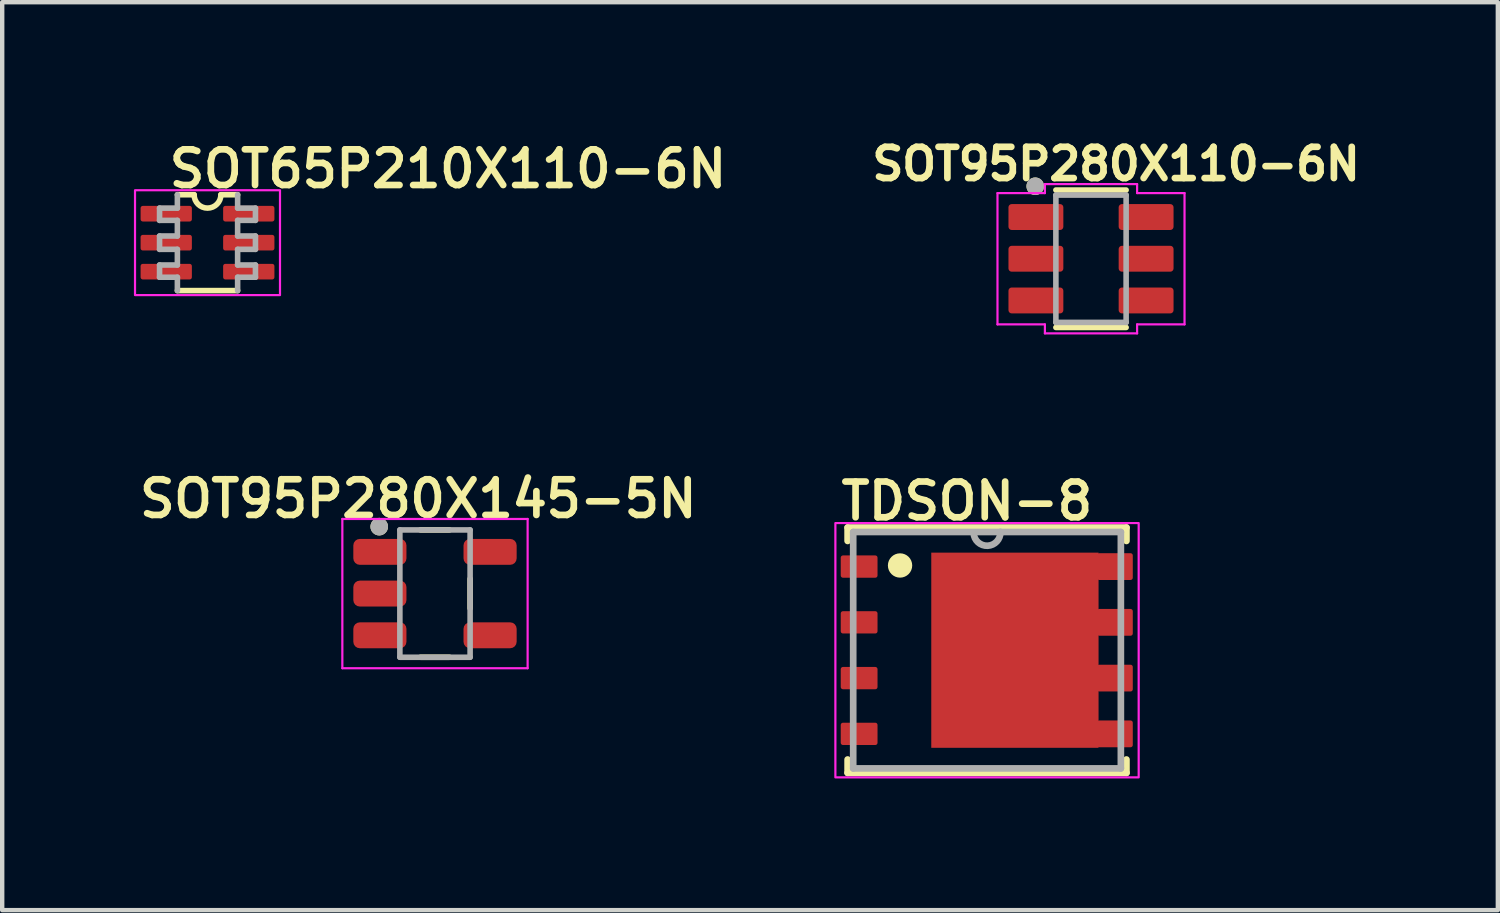
<source format=kicad_pcb>
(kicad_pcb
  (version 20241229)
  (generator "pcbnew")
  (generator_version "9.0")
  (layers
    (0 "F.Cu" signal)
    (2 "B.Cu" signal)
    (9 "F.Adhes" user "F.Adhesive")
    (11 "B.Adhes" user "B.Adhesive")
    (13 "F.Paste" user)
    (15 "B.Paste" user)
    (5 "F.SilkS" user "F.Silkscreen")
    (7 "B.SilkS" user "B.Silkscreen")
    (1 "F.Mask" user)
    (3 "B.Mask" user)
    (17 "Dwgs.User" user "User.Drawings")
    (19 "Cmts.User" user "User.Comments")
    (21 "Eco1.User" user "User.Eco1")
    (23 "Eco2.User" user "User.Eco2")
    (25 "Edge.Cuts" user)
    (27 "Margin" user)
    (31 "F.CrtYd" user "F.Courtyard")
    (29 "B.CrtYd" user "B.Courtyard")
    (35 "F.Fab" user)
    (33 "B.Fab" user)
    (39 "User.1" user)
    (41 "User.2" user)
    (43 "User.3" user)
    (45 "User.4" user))
  (footprint "SOT95P280X145-5N"
    (layer "F.Cu")
    (at 6.857 10.469)
    (property "Reference" "SOT95P280X145-5N" (at -0.381 -2.159 0) (layer "F.SilkS") (effects (font (size 0.813 0.813) (thickness 0.152) (bold yes))))
    (attr smd)
    (fp_line (start -0.33 -1.45) (end 0.33 -1.45) (stroke (width 0.127) (type solid)) (layer "F.SilkS"))
    (fp_line (start 0.33 1.45) (end -0.33 1.45) (stroke (width 0.127) (type solid)) (layer "F.SilkS"))
    (fp_line (start 0.8 -0.335) (end 0.8 0.335) (stroke (width 0.127) (type solid)) (layer "F.SilkS"))
    (fp_circle (center -1.27 -1.524) (end -1.17 -1.524) (stroke (width 0.2) (type solid)) (fill no) (layer "F.SilkS"))
    (fp_line (start -2.11 -1.7) (end 2.11 -1.7) (stroke (width 0.05) (type solid)) (layer "F.CrtYd"))
    (fp_line (start -2.11 1.7) (end -2.11 -1.7) (stroke (width 0.05) (type solid)) (layer "F.CrtYd"))
    (fp_line (start 2.11 -1.7) (end 2.11 1.7) (stroke (width 0.05) (type solid)) (layer "F.CrtYd"))
    (fp_line (start 2.11 1.7) (end -2.11 1.7) (stroke (width 0.05) (type solid)) (layer "F.CrtYd"))
    (fp_line (start -0.8 -1.45) (end 0.8 -1.45) (stroke (width 0.127) (type solid)) (layer "F.Fab"))
    (fp_line (start -0.8 1.45) (end -0.8 -1.45) (stroke (width 0.127) (type solid)) (layer "F.Fab"))
    (fp_line (start 0.8 -1.45) (end 0.8 1.45) (stroke (width 0.127) (type solid)) (layer "F.Fab"))
    (fp_line (start 0.8 1.45) (end -0.8 1.45) (stroke (width 0.127) (type solid)) (layer "F.Fab"))
    (fp_circle (center -1.27 -1.524) (end -1.17 -1.524) (stroke (width 0.2) (type solid)) (fill no) (layer "F.Fab"))
    (pad "1" smd roundrect (at -1.255 -0.95) (size 1.21 0.59) (layers "F.Cu" "F.Mask" "F.Paste") (roundrect_rratio 0.25))
    (pad "2" smd roundrect (at -1.255 0) (size 1.21 0.59) (layers "F.Cu" "F.Mask" "F.Paste") (roundrect_rratio 0.25))
    (pad "3" smd roundrect (at -1.255 0.95) (size 1.21 0.59) (layers "F.Cu" "F.Mask" "F.Paste") (roundrect_rratio 0.25))
    (pad "4" smd roundrect (at 1.255 0.95) (size 1.21 0.59) (layers "F.Cu" "F.Mask" "F.Paste") (roundrect_rratio 0.25))
    (pad "5" smd roundrect (at 1.255 -0.95) (size 1.21 0.59) (layers "F.Cu" "F.Mask" "F.Paste") (roundrect_rratio 0.25)))
  (footprint "TDSON-8"
    (layer "F.Cu")
    (at 19.43 11.759)
    (property "Reference" "TDSON-8" (at -3.404 -2.921 0) (layer "F.SilkS") (effects (font (size 0.813 0.813) (thickness 0.152) (bold yes)) (justify left bottom)))
    (attr smd)
    (fp_poly (pts (xy 3.332 -1.587) (xy 2.519 -1.587) (xy 2.519 -0.953) (xy 3.332 -0.953) (xy 3.332 -0.318) (xy 2.519 -0.318) (xy 2.519 0.318) (xy 3.332 0.318) (xy 3.332 0.953) (xy 2.519 0.953) (xy 2.519 1.587) (xy 3.332 1.587) (xy 3.332 2.223) (xy -1.266 2.223) (xy -1.266 -2.223) (xy 3.332 -2.223)) (stroke (width 0) (type default)) (fill yes) (layer "F.Mask"))
    (fp_line (start -3.175 -2.794) (end -3.175 -2.489) (stroke (width 0.152) (type solid)) (layer "F.SilkS"))
    (fp_line (start -3.175 2.489) (end -3.175 2.794) (stroke (width 0.152) (type solid)) (layer "F.SilkS"))
    (fp_line (start -3.175 2.794) (end 3.175 2.794) (stroke (width 0.152) (type solid)) (layer "F.SilkS"))
    (fp_line (start 3.175 -2.794) (end -3.175 -2.794) (stroke (width 0.152) (type solid)) (layer "F.SilkS"))
    (fp_line (start 3.175 -2.489) (end 3.175 -2.794) (stroke (width 0.152) (type solid)) (layer "F.SilkS"))
    (fp_line (start 3.175 2.794) (end 3.175 2.489) (stroke (width 0.152) (type solid)) (layer "F.SilkS"))
    (fp_circle (center -1.981 -1.93) (end -1.754 -1.93) (stroke (width 0.1) (type solid)) (fill yes) (layer "F.SilkS"))
    (fp_poly (pts (xy 3.332 -1.587) (xy 2.519 -1.587) (xy 2.519 -0.953) (xy 3.332 -0.953) (xy 3.332 -0.318) (xy 2.519 -0.318) (xy 2.519 0.318) (xy 3.332 0.318) (xy 3.332 0.953) (xy 2.519 0.953) (xy 2.519 1.587) (xy 3.332 1.587) (xy 3.332 2.223) (xy -1.266 2.223) (xy -1.266 -2.223) (xy 3.332 -2.223)) (stroke (width 0) (type default)) (fill yes) (layer "F.Paste"))
    (fp_rect (start -3.454 -2.896) (end 3.454 2.896) (stroke (width 0.05) (type solid)) (fill no) (layer "F.CrtYd"))
    (fp_line (start -3.048 -2.692) (end -3.048 2.692) (stroke (width 0.152) (type solid)) (layer "F.Fab"))
    (fp_line (start -3.048 2.692) (end 3.048 2.692) (stroke (width 0.152) (type solid)) (layer "F.Fab"))
    (fp_line (start 0.305 -2.692) (end -3.048 -2.692) (stroke (width 0.152) (type solid)) (layer "F.Fab"))
    (fp_line (start 3.048 -2.692) (end 0.305 -2.692) (stroke (width 0.152) (type solid)) (layer "F.Fab"))
    (fp_line (start 3.048 2.692) (end 3.048 -2.692) (stroke (width 0.152) (type solid)) (layer "F.Fab"))
    (fp_arc (start 0.3048 -2.6924) (mid 0.0127 -2.3749) (end -0.3048 -2.667) (stroke (width 0.1524) (type solid)) (layer "F.Fab"))
    (pad "1" smd roundrect (at -2.913 -1.905) (size 0.838 0.508) (layers "F.Cu" "F.Mask" "F.Paste") (roundrect_rratio 0.1))
    (pad "2" smd roundrect (at -2.913 -0.635) (size 0.838 0.508) (layers "F.Cu" "F.Mask" "F.Paste") (roundrect_rratio 0.1))
    (pad "3" smd roundrect (at -2.913 0.635) (size 0.838 0.508) (layers "F.Cu" "F.Mask" "F.Paste") (roundrect_rratio 0.1))
    (pad "4" smd roundrect (at -2.913 1.905) (size 0.838 0.508) (layers "F.Cu" "F.Mask" "F.Paste") (roundrect_rratio 0.1))
    (pad "5" smd roundrect (at 2.913 1.905 180) (size 0.813 0.61) (layers "F.Cu" "F.Mask" "F.Paste") (roundrect_rratio 0.083))
    (pad "6" smd roundrect (at 2.913 0.635 180) (size 0.813 0.61) (layers "F.Cu" "F.Mask" "F.Paste") (roundrect_rratio 0.083))
    (pad "7" smd roundrect (at 2.913 -0.635 180) (size 0.813 0.61) (layers "F.Cu" "F.Mask" "F.Paste") (roundrect_rratio 0.083))
    (pad "8" smd rect (at 0.635 0) (size 3.81 4.445) (layers "F.Cu" "F.Mask" "F.Paste"))
    (pad "8" smd roundrect (at 2.913 -1.905 180) (size 0.813 0.61) (layers "F.Cu" "F.Mask" "F.Paste") (roundrect_rratio 0.083)))
  (footprint "SOT95P280X110-6N"
    (layer "F.Cu")
    (at 21.798 2.843)
    (property "Reference" "SOT95P280X110-6N" (at 0.572 -2.159 0) (layer "F.SilkS") (effects (font (size 0.711 0.711) (thickness 0.152) (bold yes))))
    (attr smd)
    (fp_line (start -0.8 -1.565) (end 0.8 -1.565) (stroke (width 0.127) (type solid)) (layer "F.SilkS"))
    (fp_line (start -0.8 1.565) (end 0.8 1.565) (stroke (width 0.127) (type solid)) (layer "F.SilkS"))
    (fp_circle (center -1.27 -1.651) (end -1.17 -1.651) (stroke (width 0.2) (type solid)) (fill no) (layer "F.SilkS"))
    (fp_line (start -2.13 -1.495) (end -2.13 1.495) (stroke (width 0.05) (type solid)) (layer "F.CrtYd"))
    (fp_line (start -2.13 1.495) (end -1.05 1.495) (stroke (width 0.05) (type solid)) (layer "F.CrtYd"))
    (fp_line (start -1.05 -1.7) (end -1.05 -1.495) (stroke (width 0.05) (type solid)) (layer "F.CrtYd"))
    (fp_line (start -1.05 -1.495) (end -2.13 -1.495) (stroke (width 0.05) (type solid)) (layer "F.CrtYd"))
    (fp_line (start -1.05 1.495) (end -1.05 1.7) (stroke (width 0.05) (type solid)) (layer "F.CrtYd"))
    (fp_line (start -1.05 1.7) (end 1.05 1.7) (stroke (width 0.05) (type solid)) (layer "F.CrtYd"))
    (fp_line (start 1.05 -1.7) (end -1.05 -1.7) (stroke (width 0.05) (type solid)) (layer "F.CrtYd"))
    (fp_line (start 1.05 -1.495) (end 1.05 -1.7) (stroke (width 0.05) (type solid)) (layer "F.CrtYd"))
    (fp_line (start 1.05 1.495) (end 2.13 1.495) (stroke (width 0.05) (type solid)) (layer "F.CrtYd"))
    (fp_line (start 1.05 1.7) (end 1.05 1.495) (stroke (width 0.05) (type solid)) (layer "F.CrtYd"))
    (fp_line (start 2.13 -1.495) (end 1.05 -1.495) (stroke (width 0.05) (type solid)) (layer "F.CrtYd"))
    (fp_line (start 2.13 1.495) (end 2.13 -1.495) (stroke (width 0.05) (type solid)) (layer "F.CrtYd"))
    (fp_line (start -0.8 -1.45) (end -0.8 1.45) (stroke (width 0.127) (type solid)) (layer "F.Fab"))
    (fp_line (start -0.8 1.45) (end 0.8 1.45) (stroke (width 0.127) (type solid)) (layer "F.Fab"))
    (fp_line (start 0.8 -1.45) (end -0.8 -1.45) (stroke (width 0.127) (type solid)) (layer "F.Fab"))
    (fp_line (start 0.8 1.45) (end 0.8 -1.45) (stroke (width 0.127) (type solid)) (layer "F.Fab"))
    (fp_circle (center -1.27 -1.651) (end -1.17 -1.651) (stroke (width 0.2) (type solid)) (fill no) (layer "F.Fab"))
    (pad "1" smd roundrect (at -1.255 -0.95) (size 1.25 0.59) (layers "F.Cu" "F.Mask" "F.Paste") (roundrect_rratio 0.125))
    (pad "2" smd roundrect (at -1.255 0) (size 1.25 0.59) (layers "F.Cu" "F.Mask" "F.Paste") (roundrect_rratio 0.125))
    (pad "3" smd roundrect (at -1.255 0.95) (size 1.25 0.59) (layers "F.Cu" "F.Mask" "F.Paste") (roundrect_rratio 0.125))
    (pad "4" smd roundrect (at 1.255 0.95) (size 1.25 0.59) (layers "F.Cu" "F.Mask" "F.Paste") (roundrect_rratio 0.125))
    (pad "5" smd roundrect (at 1.255 0) (size 1.25 0.59) (layers "F.Cu" "F.Mask" "F.Paste") (roundrect_rratio 0.125))
    (pad "6" smd roundrect (at 1.255 -0.95) (size 1.25 0.59) (layers "F.Cu" "F.Mask" "F.Paste") (roundrect_rratio 0.125)))
  (footprint "SOT65P210X110-6N"
    (layer "F.Cu")
    (at 1.676 2.477)
    (property "Reference" "SOT65P210X110-6N" (at -0.953 -1.206 0) (layer "F.SilkS") (effects (font (size 0.813 0.813) (thickness 0.152) (bold yes)) (justify left bottom)))
    (attr smd)
    (fp_line (start -0.686 1.092) (end 0.686 1.092) (stroke (width 0.127) (type solid)) (layer "F.SilkS"))
    (fp_line (start -0.305 -1.092) (end -0.686 -1.092) (stroke (width 0.127) (type solid)) (layer "F.SilkS"))
    (fp_line (start 0.686 -1.092) (end 0.305 -1.092) (stroke (width 0.127) (type solid)) (layer "F.SilkS"))
    (fp_arc (start 0.3048 -1.0922) (mid 0 -0.7874) (end -0.3048 -1.0922) (stroke (width 0.127) (type solid)) (layer "F.SilkS"))
    (fp_rect (start -1.651 -1.194) (end 1.651 1.194) (stroke (width 0.05) (type solid)) (fill no) (layer "F.CrtYd"))
    (fp_line (start -1.092 -0.787) (end -1.092 -0.508) (stroke (width 0.127) (type solid)) (layer "F.Fab"))
    (fp_line (start -1.092 -0.508) (end -0.686 -0.508) (stroke (width 0.127) (type solid)) (layer "F.Fab"))
    (fp_line (start -1.092 -0.152) (end -1.092 0.152) (stroke (width 0.127) (type solid)) (layer "F.Fab"))
    (fp_line (start -1.092 0.152) (end -0.686 0.152) (stroke (width 0.127) (type solid)) (layer "F.Fab"))
    (fp_line (start -1.092 0.508) (end -1.092 0.787) (stroke (width 0.127) (type solid)) (layer "F.Fab"))
    (fp_line (start -1.092 0.787) (end -0.686 0.787) (stroke (width 0.127) (type solid)) (layer "F.Fab"))
    (fp_line (start -0.686 -1.092) (end -0.686 -0.787) (stroke (width 0.127) (type solid)) (layer "F.Fab"))
    (fp_line (start -0.686 -0.787) (end -1.092 -0.787) (stroke (width 0.127) (type solid)) (layer "F.Fab"))
    (fp_line (start -0.686 -0.508) (end -0.686 -0.152) (stroke (width 0.127) (type solid)) (layer "F.Fab"))
    (fp_line (start -0.686 -0.152) (end -1.092 -0.152) (stroke (width 0.127) (type solid)) (layer "F.Fab"))
    (fp_line (start -0.686 0.152) (end -0.686 0.508) (stroke (width 0.127) (type solid)) (layer "F.Fab"))
    (fp_line (start -0.686 0.508) (end -1.092 0.508) (stroke (width 0.127) (type solid)) (layer "F.Fab"))
    (fp_line (start -0.686 0.787) (end -0.686 1.092) (stroke (width 0.127) (type solid)) (layer "F.Fab"))
    (fp_line (start 0.686 -0.787) (end 0.686 -1.092) (stroke (width 0.127) (type solid)) (layer "F.Fab"))
    (fp_line (start 0.686 -0.508) (end 1.092 -0.508) (stroke (width 0.127) (type solid)) (layer "F.Fab"))
    (fp_line (start 0.686 -0.152) (end 0.686 -0.508) (stroke (width 0.127) (type solid)) (layer "F.Fab"))
    (fp_line (start 0.686 0.152) (end 1.092 0.152) (stroke (width 0.127) (type solid)) (layer "F.Fab"))
    (fp_line (start 0.686 0.508) (end 0.686 0.152) (stroke (width 0.127) (type solid)) (layer "F.Fab"))
    (fp_line (start 0.686 0.787) (end 1.092 0.787) (stroke (width 0.127) (type solid)) (layer "F.Fab"))
    (fp_line (start 0.686 1.092) (end 0.686 0.787) (stroke (width 0.127) (type solid)) (layer "F.Fab"))
    (fp_line (start 1.092 -0.787) (end 0.686 -0.787) (stroke (width 0.127) (type solid)) (layer "F.Fab"))
    (fp_line (start 1.092 -0.508) (end 1.092 -0.787) (stroke (width 0.127) (type solid)) (layer "F.Fab"))
    (fp_line (start 1.092 -0.152) (end 0.686 -0.152) (stroke (width 0.127) (type solid)) (layer "F.Fab"))
    (fp_line (start 1.092 0.152) (end 1.092 -0.152) (stroke (width 0.127) (type solid)) (layer "F.Fab"))
    (fp_line (start 1.092 0.508) (end 0.686 0.508) (stroke (width 0.127) (type solid)) (layer "F.Fab"))
    (fp_line (start 1.092 0.787) (end 1.092 0.508) (stroke (width 0.127) (type solid)) (layer "F.Fab"))
    (pad "1" smd roundrect (at -0.94 -0.66) (size 1.168 0.356) (layers "F.Cu" "F.Mask" "F.Paste") (roundrect_rratio 0.143))
    (pad "2" smd roundrect (at -0.94 0) (size 1.168 0.356) (layers "F.Cu" "F.Mask" "F.Paste") (roundrect_rratio 0.143))
    (pad "3" smd roundrect (at -0.94 0.66) (size 1.168 0.356) (layers "F.Cu" "F.Mask" "F.Paste") (roundrect_rratio 0.143))
    (pad "4" smd roundrect (at 0.94 0.66) (size 1.168 0.356) (layers "F.Cu" "F.Mask" "F.Paste") (roundrect_rratio 0.143))
    (pad "5" smd roundrect (at 0.94 0) (size 1.168 0.356) (layers "F.Cu" "F.Mask" "F.Paste") (roundrect_rratio 0.143))
    (pad "6" smd roundrect (at 0.94 -0.66) (size 1.168 0.356) (layers "F.Cu" "F.Mask" "F.Paste") (roundrect_rratio 0.143)))
  (gr_rect
    (start -3 -3)
    (end 31.064 17.679)
    (stroke (width 0.1) (type default))
    (fill no)
    (layer "Edge.Cuts")))
</source>
